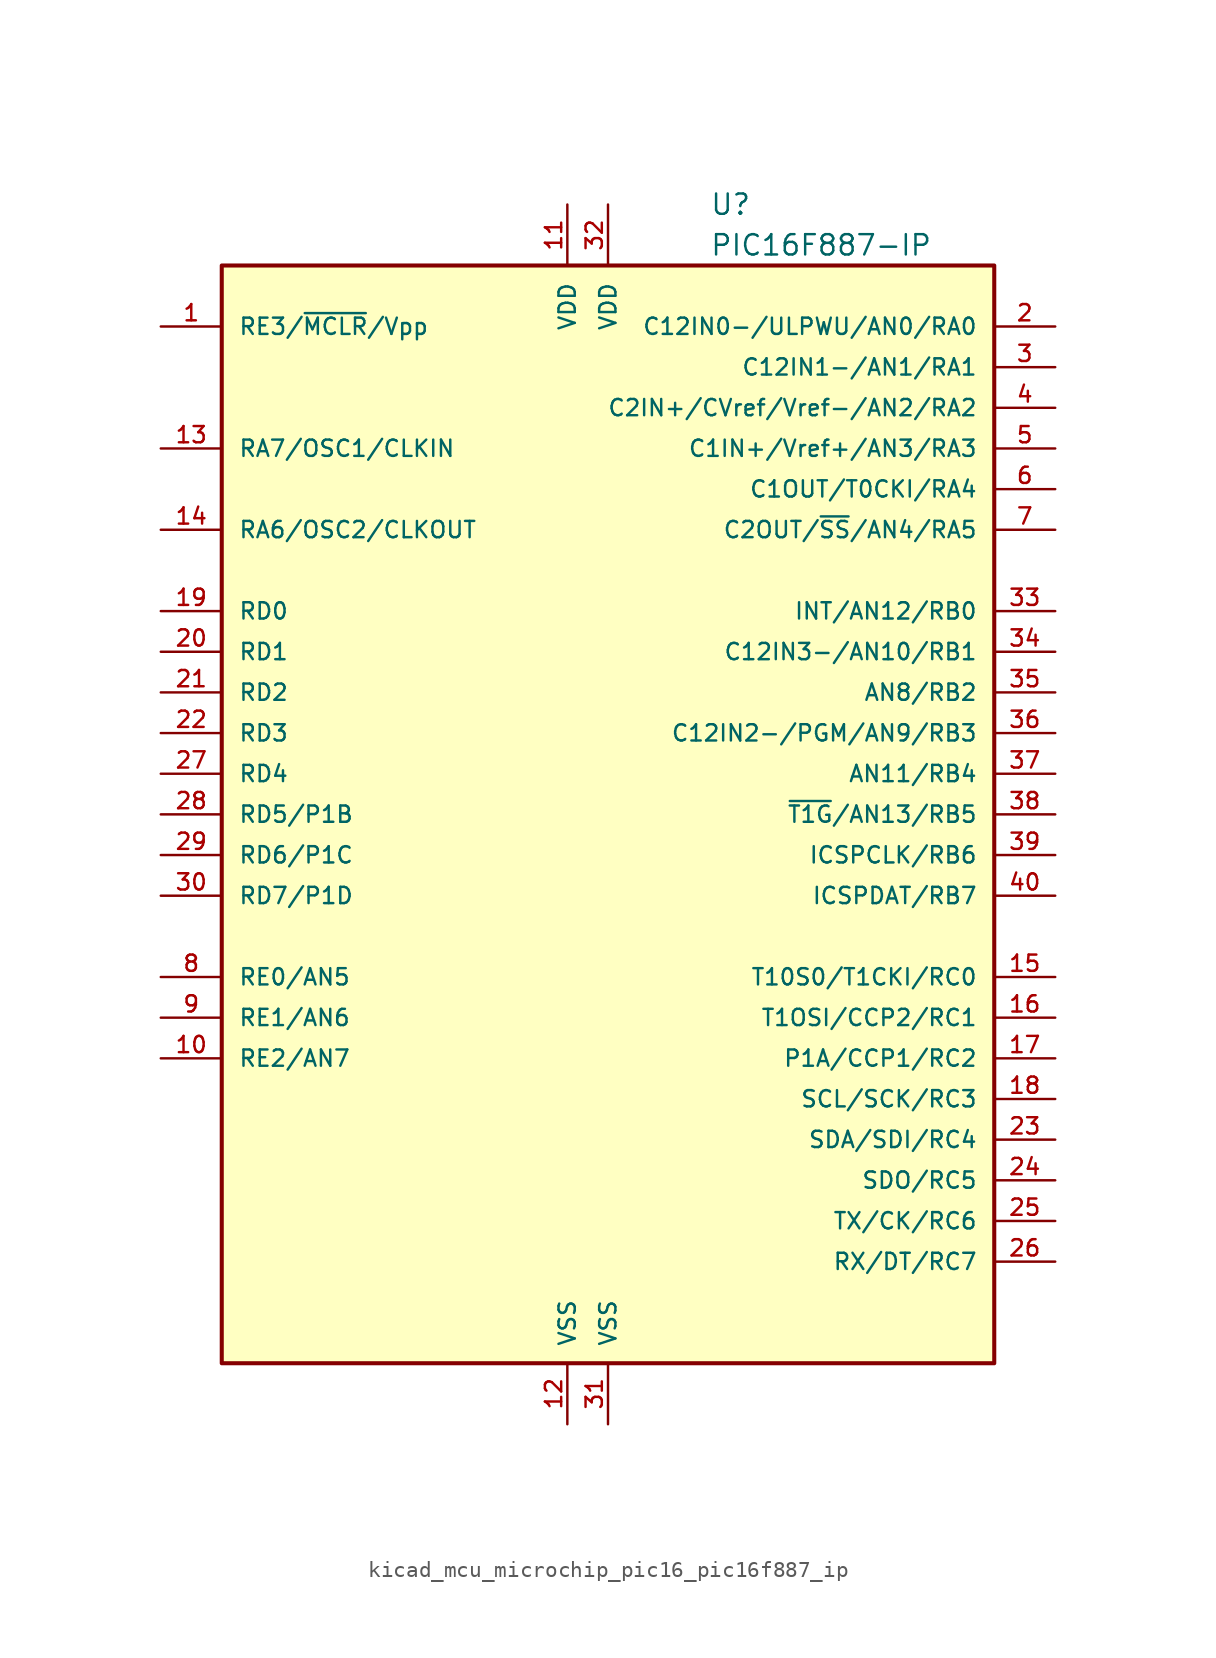
<source format=kicad_sym>
(kicad_symbol_lib
  (version 20220914)
  (generator kicad_symbol_editor)
  (symbol "kicad_mcu_microchip_pic16_pic16f887_ip"
    (pin_names
      (offset 1.016))
    (property "Reference" "U"
      (at 6.35 38.1 0)
      (effects (font (size 1.27 1.27)) (justify left)))
    (property "Value" "PIC16F887-IP"
      (at 6.35 35.56 0)
      (effects (font (size 1.27 1.27)) (justify left)))
    (symbol "kicad_mcu_microchip_pic16_pic16f887_ip_0_1"
      (rectangle (start -24.13 -34.29) (end 24.13 34.29) (stroke (width 0.254) (type default)) (fill (type background))))
    (symbol "kicad_mcu_microchip_pic16_pic16f887_ip_1_1"
      (pin input line (at -27.94 30.48 0) (length 3.81) (name "RE3/~{MCLR}/Vpp" (effects (font (size 1.016 1.016)))) (number "1" (effects (font (size 1.016 1.016)))))
      (pin bidirectional line (at -27.94 -15.24 0) (length 3.81) (name "RE2/AN7" (effects (font (size 1.016 1.016)))) (number "10" (effects (font (size 1.016 1.016)))))
      (pin power_in line (at -2.54 38.1 270) (length 3.81) (name "VDD" (effects (font (size 1.016 1.016)))) (number "11" (effects (font (size 1.016 1.016)))))
      (pin power_in line (at -2.54 -38.1 90) (length 3.81) (name "VSS" (effects (font (size 1.016 1.016)))) (number "12" (effects (font (size 1.016 1.016)))))
      (pin bidirectional line (at -27.94 22.86 0) (length 3.81) (name "RA7/OSC1/CLKIN" (effects (font (size 1.016 1.016)))) (number "13" (effects (font (size 1.016 1.016)))))
      (pin bidirectional line (at -27.94 17.78 0) (length 3.81) (name "RA6/OSC2/CLKOUT" (effects (font (size 1.016 1.016)))) (number "14" (effects (font (size 1.016 1.016)))))
      (pin bidirectional line (at 27.94 -10.16 180) (length 3.81) (name "T10S0/T1CKI/RC0" (effects (font (size 1.016 1.016)))) (number "15" (effects (font (size 1.016 1.016)))))
      (pin bidirectional line (at 27.94 -12.7 180) (length 3.81) (name "T1OSI/CCP2/RC1" (effects (font (size 1.016 1.016)))) (number "16" (effects (font (size 1.016 1.016)))))
      (pin bidirectional line (at 27.94 -15.24 180) (length 3.81) (name "P1A/CCP1/RC2" (effects (font (size 1.016 1.016)))) (number "17" (effects (font (size 1.016 1.016)))))
      (pin bidirectional line (at 27.94 -17.78 180) (length 3.81) (name "SCL/SCK/RC3" (effects (font (size 1.016 1.016)))) (number "18" (effects (font (size 1.016 1.016)))))
      (pin bidirectional line (at -27.94 12.7 0) (length 3.81) (name "RD0" (effects (font (size 1.016 1.016)))) (number "19" (effects (font (size 1.016 1.016)))))
      (pin bidirectional line (at 27.94 30.48 180) (length 3.81) (name "C12IN0-/ULPWU/AN0/RA0" (effects (font (size 1.016 1.016)))) (number "2" (effects (font (size 1.016 1.016)))))
      (pin bidirectional line (at -27.94 10.16 0) (length 3.81) (name "RD1" (effects (font (size 1.016 1.016)))) (number "20" (effects (font (size 1.016 1.016)))))
      (pin bidirectional line (at -27.94 7.62 0) (length 3.81) (name "RD2" (effects (font (size 1.016 1.016)))) (number "21" (effects (font (size 1.016 1.016)))))
      (pin bidirectional line (at -27.94 5.08 0) (length 3.81) (name "RD3" (effects (font (size 1.016 1.016)))) (number "22" (effects (font (size 1.016 1.016)))))
      (pin bidirectional line (at 27.94 -20.32 180) (length 3.81) (name "SDA/SDI/RC4" (effects (font (size 1.016 1.016)))) (number "23" (effects (font (size 1.016 1.016)))))
      (pin bidirectional line (at 27.94 -22.86 180) (length 3.81) (name "SDO/RC5" (effects (font (size 1.016 1.016)))) (number "24" (effects (font (size 1.016 1.016)))))
      (pin bidirectional line (at 27.94 -25.4 180) (length 3.81) (name "TX/CK/RC6" (effects (font (size 1.016 1.016)))) (number "25" (effects (font (size 1.016 1.016)))))
      (pin bidirectional line (at 27.94 -27.94 180) (length 3.81) (name "RX/DT/RC7" (effects (font (size 1.016 1.016)))) (number "26" (effects (font (size 1.016 1.016)))))
      (pin bidirectional line (at -27.94 2.54 0) (length 3.81) (name "RD4" (effects (font (size 1.016 1.016)))) (number "27" (effects (font (size 1.016 1.016)))))
      (pin bidirectional line (at -27.94 0 0) (length 3.81) (name "RD5/P1B" (effects (font (size 1.016 1.016)))) (number "28" (effects (font (size 1.016 1.016)))))
      (pin bidirectional line (at -27.94 -2.54 0) (length 3.81) (name "RD6/P1C" (effects (font (size 1.016 1.016)))) (number "29" (effects (font (size 1.016 1.016)))))
      (pin bidirectional line (at 27.94 27.94 180) (length 3.81) (name "C12IN1-/AN1/RA1" (effects (font (size 1.016 1.016)))) (number "3" (effects (font (size 1.016 1.016)))))
      (pin bidirectional line (at -27.94 -5.08 0) (length 3.81) (name "RD7/P1D" (effects (font (size 1.016 1.016)))) (number "30" (effects (font (size 1.016 1.016)))))
      (pin power_in line (at 0 -38.1 90) (length 3.81) (name "VSS" (effects (font (size 1.016 1.016)))) (number "31" (effects (font (size 1.016 1.016)))))
      (pin power_in line (at 0 38.1 270) (length 3.81) (name "VDD" (effects (font (size 1.016 1.016)))) (number "32" (effects (font (size 1.016 1.016)))))
      (pin bidirectional line (at 27.94 12.7 180) (length 3.81) (name "INT/AN12/RB0" (effects (font (size 1.016 1.016)))) (number "33" (effects (font (size 1.016 1.016)))))
      (pin bidirectional line (at 27.94 10.16 180) (length 3.81) (name "C12IN3-/AN10/RB1" (effects (font (size 1.016 1.016)))) (number "34" (effects (font (size 1.016 1.016)))))
      (pin bidirectional line (at 27.94 7.62 180) (length 3.81) (name "AN8/RB2" (effects (font (size 1.016 1.016)))) (number "35" (effects (font (size 1.016 1.016)))))
      (pin bidirectional line (at 27.94 5.08 180) (length 3.81) (name "C12IN2-/PGM/AN9/RB3" (effects (font (size 1.016 1.016)))) (number "36" (effects (font (size 1.016 1.016)))))
      (pin bidirectional line (at 27.94 2.54 180) (length 3.81) (name "AN11/RB4" (effects (font (size 1.016 1.016)))) (number "37" (effects (font (size 1.016 1.016)))))
      (pin bidirectional line (at 27.94 0 180) (length 3.81) (name "~{T1G}/AN13/RB5" (effects (font (size 1.016 1.016)))) (number "38" (effects (font (size 1.016 1.016)))))
      (pin bidirectional line (at 27.94 -2.54 180) (length 3.81) (name "ICSPCLK/RB6" (effects (font (size 1.016 1.016)))) (number "39" (effects (font (size 1.016 1.016)))))
      (pin bidirectional line (at 27.94 25.4 180) (length 3.81) (name "C2IN+/CVref/Vref-/AN2/RA2" (effects (font (size 1.016 1.016)))) (number "4" (effects (font (size 1.016 1.016)))))
      (pin bidirectional line (at 27.94 -5.08 180) (length 3.81) (name "ICSPDAT/RB7" (effects (font (size 1.016 1.016)))) (number "40" (effects (font (size 1.016 1.016)))))
      (pin bidirectional line (at 27.94 22.86 180) (length 3.81) (name "C1IN+/Vref+/AN3/RA3" (effects (font (size 1.016 1.016)))) (number "5" (effects (font (size 1.016 1.016)))))
      (pin bidirectional line (at 27.94 20.32 180) (length 3.81) (name "C1OUT/T0CKI/RA4" (effects (font (size 1.016 1.016)))) (number "6" (effects (font (size 1.016 1.016)))))
      (pin bidirectional line (at 27.94 17.78 180) (length 3.81) (name "C2OUT/~{SS}/AN4/RA5" (effects (font (size 1.016 1.016)))) (number "7" (effects (font (size 1.016 1.016)))))
      (pin bidirectional line (at -27.94 -10.16 0) (length 3.81) (name "RE0/AN5" (effects (font (size 1.016 1.016)))) (number "8" (effects (font (size 1.016 1.016)))))
      (pin bidirectional line (at -27.94 -12.7 0) (length 3.81) (name "RE1/AN6" (effects (font (size 1.016 1.016)))) (number "9" (effects (font (size 1.016 1.016))))))))
</source>
